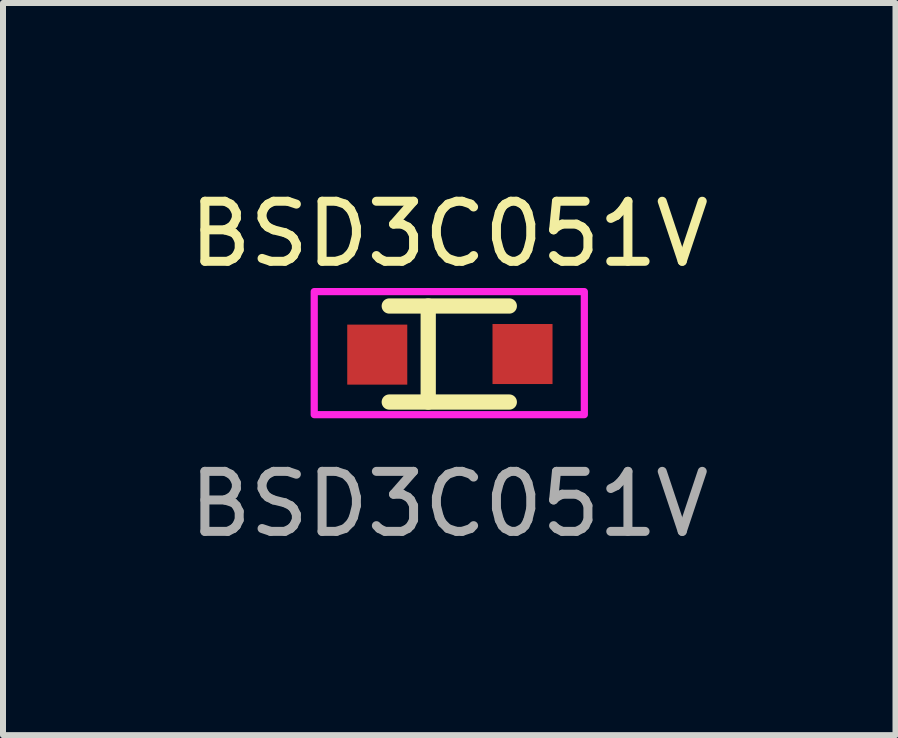
<source format=kicad_pcb>
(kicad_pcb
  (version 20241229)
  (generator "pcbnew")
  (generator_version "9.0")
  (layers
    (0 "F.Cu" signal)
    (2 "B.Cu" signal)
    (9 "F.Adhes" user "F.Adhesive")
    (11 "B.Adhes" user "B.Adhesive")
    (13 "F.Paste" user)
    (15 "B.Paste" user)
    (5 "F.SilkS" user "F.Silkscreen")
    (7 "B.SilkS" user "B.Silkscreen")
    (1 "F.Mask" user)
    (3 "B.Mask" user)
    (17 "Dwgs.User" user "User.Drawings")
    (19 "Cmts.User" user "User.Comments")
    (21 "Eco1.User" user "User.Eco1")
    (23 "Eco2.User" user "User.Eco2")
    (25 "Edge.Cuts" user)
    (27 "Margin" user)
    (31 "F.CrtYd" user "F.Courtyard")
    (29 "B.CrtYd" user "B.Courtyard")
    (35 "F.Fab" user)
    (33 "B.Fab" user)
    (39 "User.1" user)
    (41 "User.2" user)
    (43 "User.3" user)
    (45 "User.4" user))
  (footprint "BSD3C051V"
    (layer "F.Cu")
    (at 4.435 2.848)
    (property "Reference" "BSD3C051V" (at 0 -2 0) (unlocked yes) (layer "F.SilkS") (effects (font (size 1 1) (thickness 0.15))))
    (fp_line (start -1 -0.8) (end 1 -0.8) (stroke (width 0.254) (type solid)) (layer "F.SilkS"))
    (fp_line (start -1 0.8) (end 1 0.8) (stroke (width 0.254) (type solid)) (layer "F.SilkS"))
    (fp_line (start -0.351 -0.8) (end -0.351 0.8) (stroke (width 0.254) (type solid)) (layer "F.SilkS"))
    (fp_rect (start -2.25 -1.04) (end 2.25 1.01) (stroke (width 0.12) (type solid)) (fill no) (layer "F.CrtYd"))
    (fp_text user "${REFERENCE}" (at 0 2.5 0) (unlocked yes) (layer "F.Fab") (effects (font (size 1 1) (thickness 0.15))))
    (pad "1" smd rect (at -1.2 0.01) (size 1 1) (layers "F.Cu" "F.Mask" "F.Paste"))
    (pad "2" smd rect (at 1.22 0) (size 1 1) (layers "F.Cu" "F.Mask" "F.Paste")))
  (gr_rect
    (start -3 -3)
    (end 11.869 9.197)
    (stroke (width 0.1) (type default))
    (fill no)
    (layer "Edge.Cuts")))
</source>
